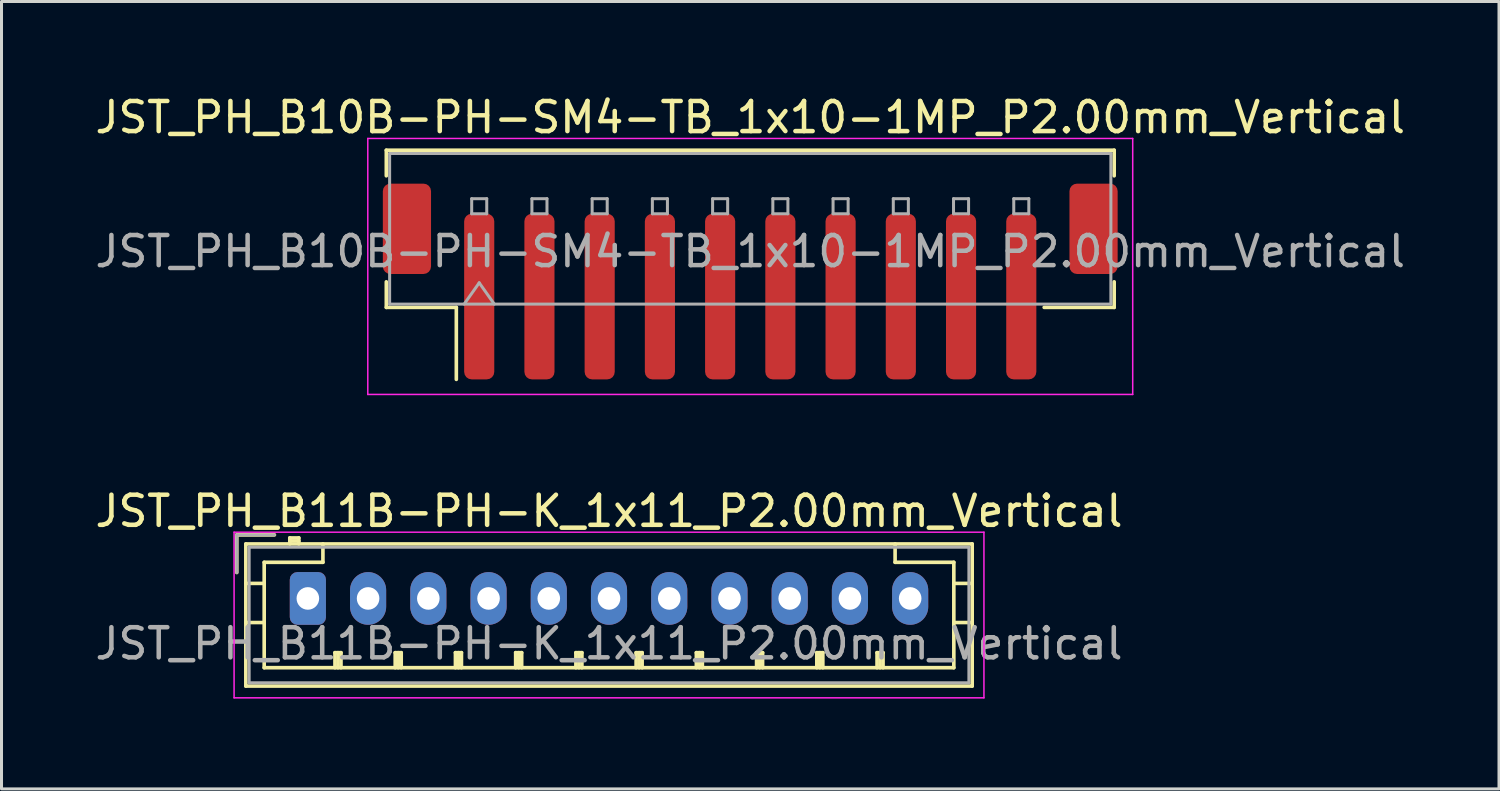
<source format=kicad_pcb>
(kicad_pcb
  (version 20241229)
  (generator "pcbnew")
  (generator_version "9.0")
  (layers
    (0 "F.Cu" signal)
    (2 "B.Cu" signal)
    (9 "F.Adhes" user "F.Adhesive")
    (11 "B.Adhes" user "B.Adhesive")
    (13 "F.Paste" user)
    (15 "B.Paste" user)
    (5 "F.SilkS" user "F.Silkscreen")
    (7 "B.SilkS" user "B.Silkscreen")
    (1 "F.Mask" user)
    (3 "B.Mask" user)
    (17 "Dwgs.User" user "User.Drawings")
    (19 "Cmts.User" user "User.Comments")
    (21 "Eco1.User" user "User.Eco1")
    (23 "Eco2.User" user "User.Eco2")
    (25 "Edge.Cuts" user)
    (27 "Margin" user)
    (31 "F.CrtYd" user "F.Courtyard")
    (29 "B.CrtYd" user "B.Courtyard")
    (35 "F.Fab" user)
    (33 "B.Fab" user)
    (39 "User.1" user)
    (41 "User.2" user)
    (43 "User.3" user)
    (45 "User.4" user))
  (footprint "JST_PH_B10B-PH-SM4-TB_1x10-1MP_P2.00mm_Vertical"
    (layer "F.Cu")
    (at 21.863 6.298)
    (property "Reference" "JST_PH_B10B-PH-SM4-TB_1x10-1MP_P2.00mm_Vertical" (at 0 -5.45 0) (layer "F.SilkS") (effects (font (size 1 1) (thickness 0.15))))
    (attr smd)
    (fp_line (start -12.085 -4.36) (end 12.085 -4.36) (stroke (width 0.12) (type solid)) (layer "F.SilkS"))
    (fp_line (start -12.085 -3.51) (end -12.085 -4.36) (stroke (width 0.12) (type solid)) (layer "F.SilkS"))
    (fp_line (start -12.085 0.01) (end -12.085 0.86) (stroke (width 0.12) (type solid)) (layer "F.SilkS"))
    (fp_line (start -12.085 0.86) (end -9.76 0.86) (stroke (width 0.12) (type solid)) (layer "F.SilkS"))
    (fp_line (start -9.76 0.86) (end -9.76 3.25) (stroke (width 0.12) (type solid)) (layer "F.SilkS"))
    (fp_line (start 12.085 -4.36) (end 12.085 -3.51) (stroke (width 0.12) (type solid)) (layer "F.SilkS"))
    (fp_line (start 12.085 0.01) (end 12.085 0.86) (stroke (width 0.12) (type solid)) (layer "F.SilkS"))
    (fp_line (start 12.085 0.86) (end 9.76 0.86) (stroke (width 0.12) (type solid)) (layer "F.SilkS"))
    (fp_line (start -12.7 -4.75) (end -12.7 3.75) (stroke (width 0.05) (type solid)) (layer "F.CrtYd"))
    (fp_line (start -12.7 3.75) (end 12.7 3.75) (stroke (width 0.05) (type solid)) (layer "F.CrtYd"))
    (fp_line (start 12.7 -4.75) (end -12.7 -4.75) (stroke (width 0.05) (type solid)) (layer "F.CrtYd"))
    (fp_line (start 12.7 3.75) (end 12.7 -4.75) (stroke (width 0.05) (type solid)) (layer "F.CrtYd"))
    (fp_line (start -11.975 -4.25) (end 11.975 -4.25) (stroke (width 0.1) (type solid)) (layer "F.Fab"))
    (fp_line (start -11.975 0.75) (end -11.975 -4.25) (stroke (width 0.1) (type solid)) (layer "F.Fab"))
    (fp_line (start -11.975 0.75) (end 11.975 0.75) (stroke (width 0.1) (type solid)) (layer "F.Fab"))
    (fp_line (start -9.5 0.75) (end -9 0.043) (stroke (width 0.1) (type solid)) (layer "F.Fab"))
    (fp_line (start -9.25 -2.75) (end -9.25 -2.25) (stroke (width 0.1) (type solid)) (layer "F.Fab"))
    (fp_line (start -9.25 -2.25) (end -8.75 -2.25) (stroke (width 0.1) (type solid)) (layer "F.Fab"))
    (fp_line (start -9 0.043) (end -8.5 0.75) (stroke (width 0.1) (type solid)) (layer "F.Fab"))
    (fp_line (start -8.75 -2.75) (end -9.25 -2.75) (stroke (width 0.1) (type solid)) (layer "F.Fab"))
    (fp_line (start -8.75 -2.25) (end -8.75 -2.75) (stroke (width 0.1) (type solid)) (layer "F.Fab"))
    (fp_line (start -7.25 -2.75) (end -7.25 -2.25) (stroke (width 0.1) (type solid)) (layer "F.Fab"))
    (fp_line (start -7.25 -2.25) (end -6.75 -2.25) (stroke (width 0.1) (type solid)) (layer "F.Fab"))
    (fp_line (start -6.75 -2.75) (end -7.25 -2.75) (stroke (width 0.1) (type solid)) (layer "F.Fab"))
    (fp_line (start -6.75 -2.25) (end -6.75 -2.75) (stroke (width 0.1) (type solid)) (layer "F.Fab"))
    (fp_line (start -5.25 -2.75) (end -5.25 -2.25) (stroke (width 0.1) (type solid)) (layer "F.Fab"))
    (fp_line (start -5.25 -2.25) (end -4.75 -2.25) (stroke (width 0.1) (type solid)) (layer "F.Fab"))
    (fp_line (start -4.75 -2.75) (end -5.25 -2.75) (stroke (width 0.1) (type solid)) (layer "F.Fab"))
    (fp_line (start -4.75 -2.25) (end -4.75 -2.75) (stroke (width 0.1) (type solid)) (layer "F.Fab"))
    (fp_line (start -3.25 -2.75) (end -3.25 -2.25) (stroke (width 0.1) (type solid)) (layer "F.Fab"))
    (fp_line (start -3.25 -2.25) (end -2.75 -2.25) (stroke (width 0.1) (type solid)) (layer "F.Fab"))
    (fp_line (start -2.75 -2.75) (end -3.25 -2.75) (stroke (width 0.1) (type solid)) (layer "F.Fab"))
    (fp_line (start -2.75 -2.25) (end -2.75 -2.75) (stroke (width 0.1) (type solid)) (layer "F.Fab"))
    (fp_line (start -1.25 -2.75) (end -1.25 -2.25) (stroke (width 0.1) (type solid)) (layer "F.Fab"))
    (fp_line (start -1.25 -2.25) (end -0.75 -2.25) (stroke (width 0.1) (type solid)) (layer "F.Fab"))
    (fp_line (start -0.75 -2.75) (end -1.25 -2.75) (stroke (width 0.1) (type solid)) (layer "F.Fab"))
    (fp_line (start -0.75 -2.25) (end -0.75 -2.75) (stroke (width 0.1) (type solid)) (layer "F.Fab"))
    (fp_line (start 0.75 -2.75) (end 0.75 -2.25) (stroke (width 0.1) (type solid)) (layer "F.Fab"))
    (fp_line (start 0.75 -2.25) (end 1.25 -2.25) (stroke (width 0.1) (type solid)) (layer "F.Fab"))
    (fp_line (start 1.25 -2.75) (end 0.75 -2.75) (stroke (width 0.1) (type solid)) (layer "F.Fab"))
    (fp_line (start 1.25 -2.25) (end 1.25 -2.75) (stroke (width 0.1) (type solid)) (layer "F.Fab"))
    (fp_line (start 2.75 -2.75) (end 2.75 -2.25) (stroke (width 0.1) (type solid)) (layer "F.Fab"))
    (fp_line (start 2.75 -2.25) (end 3.25 -2.25) (stroke (width 0.1) (type solid)) (layer "F.Fab"))
    (fp_line (start 3.25 -2.75) (end 2.75 -2.75) (stroke (width 0.1) (type solid)) (layer "F.Fab"))
    (fp_line (start 3.25 -2.25) (end 3.25 -2.75) (stroke (width 0.1) (type solid)) (layer "F.Fab"))
    (fp_line (start 4.75 -2.75) (end 4.75 -2.25) (stroke (width 0.1) (type solid)) (layer "F.Fab"))
    (fp_line (start 4.75 -2.25) (end 5.25 -2.25) (stroke (width 0.1) (type solid)) (layer "F.Fab"))
    (fp_line (start 5.25 -2.75) (end 4.75 -2.75) (stroke (width 0.1) (type solid)) (layer "F.Fab"))
    (fp_line (start 5.25 -2.25) (end 5.25 -2.75) (stroke (width 0.1) (type solid)) (layer "F.Fab"))
    (fp_line (start 6.75 -2.75) (end 6.75 -2.25) (stroke (width 0.1) (type solid)) (layer "F.Fab"))
    (fp_line (start 6.75 -2.25) (end 7.25 -2.25) (stroke (width 0.1) (type solid)) (layer "F.Fab"))
    (fp_line (start 7.25 -2.75) (end 6.75 -2.75) (stroke (width 0.1) (type solid)) (layer "F.Fab"))
    (fp_line (start 7.25 -2.25) (end 7.25 -2.75) (stroke (width 0.1) (type solid)) (layer "F.Fab"))
    (fp_line (start 8.75 -2.75) (end 8.75 -2.25) (stroke (width 0.1) (type solid)) (layer "F.Fab"))
    (fp_line (start 8.75 -2.25) (end 9.25 -2.25) (stroke (width 0.1) (type solid)) (layer "F.Fab"))
    (fp_line (start 9.25 -2.75) (end 8.75 -2.75) (stroke (width 0.1) (type solid)) (layer "F.Fab"))
    (fp_line (start 9.25 -2.25) (end 9.25 -2.75) (stroke (width 0.1) (type solid)) (layer "F.Fab"))
    (fp_line (start 11.975 0.75) (end 11.975 -4.25) (stroke (width 0.1) (type solid)) (layer "F.Fab"))
    (fp_text user "${REFERENCE}" (at 0 -1 0) (layer "F.Fab") (effects (font (size 1 1) (thickness 0.15))))
    (pad "1" smd roundrect (at -9 0.5) (size 1 5.5) (layers "F.Cu" "F.Mask" "F.Paste") (roundrect_rratio 0.25))
    (pad "2" smd roundrect (at -7 0.5) (size 1 5.5) (layers "F.Cu" "F.Mask" "F.Paste") (roundrect_rratio 0.25))
    (pad "3" smd roundrect (at -5 0.5) (size 1 5.5) (layers "F.Cu" "F.Mask" "F.Paste") (roundrect_rratio 0.25))
    (pad "4" smd roundrect (at -3 0.5) (size 1 5.5) (layers "F.Cu" "F.Mask" "F.Paste") (roundrect_rratio 0.25))
    (pad "5" smd roundrect (at -1 0.5) (size 1 5.5) (layers "F.Cu" "F.Mask" "F.Paste") (roundrect_rratio 0.25))
    (pad "6" smd roundrect (at 1 0.5) (size 1 5.5) (layers "F.Cu" "F.Mask" "F.Paste") (roundrect_rratio 0.25))
    (pad "7" smd roundrect (at 3 0.5) (size 1 5.5) (layers "F.Cu" "F.Mask" "F.Paste") (roundrect_rratio 0.25))
    (pad "8" smd roundrect (at 5 0.5) (size 1 5.5) (layers "F.Cu" "F.Mask" "F.Paste") (roundrect_rratio 0.25))
    (pad "9" smd roundrect (at 7 0.5) (size 1 5.5) (layers "F.Cu" "F.Mask" "F.Paste") (roundrect_rratio 0.25))
    (pad "10" smd roundrect (at 9 0.5) (size 1 5.5) (layers "F.Cu" "F.Mask" "F.Paste") (roundrect_rratio 0.25))
    (pad "MP" smd roundrect (at -11.4 -1.75) (size 1.6 3) (layers "F.Cu" "F.Mask" "F.Paste") (roundrect_rratio 0.156))
    (pad "MP" smd roundrect (at 11.4 -1.75) (size 1.6 3) (layers "F.Cu" "F.Mask" "F.Paste") (roundrect_rratio 0.156)))
  (footprint "JST_PH_B11B-PH-K_1x11_P2.00mm_Vertical"
    (layer "F.Cu")
    (at 7.173 16.822)
    (property "Reference" "JST_PH_B11B-PH-K_1x11_P2.00mm_Vertical" (at 10 -2.9 0) (layer "F.SilkS") (effects (font (size 1 1) (thickness 0.15))))
    (attr through_hole)
    (fp_line (start -2.36 -2.11) (end -2.36 -0.86) (stroke (width 0.12) (type solid)) (layer "F.SilkS"))
    (fp_line (start -2.06 -1.81) (end -2.06 2.91) (stroke (width 0.12) (type solid)) (layer "F.SilkS"))
    (fp_line (start -2.06 -0.5) (end -1.45 -0.5) (stroke (width 0.12) (type solid)) (layer "F.SilkS"))
    (fp_line (start -2.06 0.8) (end -1.45 0.8) (stroke (width 0.12) (type solid)) (layer "F.SilkS"))
    (fp_line (start -2.06 2.91) (end 22.06 2.91) (stroke (width 0.12) (type solid)) (layer "F.SilkS"))
    (fp_line (start -1.45 -1.2) (end -1.45 2.3) (stroke (width 0.12) (type solid)) (layer "F.SilkS"))
    (fp_line (start -1.45 2.3) (end 21.45 2.3) (stroke (width 0.12) (type solid)) (layer "F.SilkS"))
    (fp_line (start -1.11 -2.11) (end -2.36 -2.11) (stroke (width 0.12) (type solid)) (layer "F.SilkS"))
    (fp_line (start -0.6 -2.01) (end -0.6 -1.81) (stroke (width 0.12) (type solid)) (layer "F.SilkS"))
    (fp_line (start -0.3 -2.01) (end -0.6 -2.01) (stroke (width 0.12) (type solid)) (layer "F.SilkS"))
    (fp_line (start -0.3 -1.91) (end -0.6 -1.91) (stroke (width 0.12) (type solid)) (layer "F.SilkS"))
    (fp_line (start -0.3 -1.81) (end -0.3 -2.01) (stroke (width 0.12) (type solid)) (layer "F.SilkS"))
    (fp_line (start 0.5 -1.81) (end 0.5 -1.2) (stroke (width 0.12) (type solid)) (layer "F.SilkS"))
    (fp_line (start 0.5 -1.2) (end -1.45 -1.2) (stroke (width 0.12) (type solid)) (layer "F.SilkS"))
    (fp_line (start 0.9 1.8) (end 1.1 1.8) (stroke (width 0.12) (type solid)) (layer "F.SilkS"))
    (fp_line (start 0.9 2.3) (end 0.9 1.8) (stroke (width 0.12) (type solid)) (layer "F.SilkS"))
    (fp_line (start 1 2.3) (end 1 1.8) (stroke (width 0.12) (type solid)) (layer "F.SilkS"))
    (fp_line (start 1.1 1.8) (end 1.1 2.3) (stroke (width 0.12) (type solid)) (layer "F.SilkS"))
    (fp_line (start 2.9 1.8) (end 3.1 1.8) (stroke (width 0.12) (type solid)) (layer "F.SilkS"))
    (fp_line (start 2.9 2.3) (end 2.9 1.8) (stroke (width 0.12) (type solid)) (layer "F.SilkS"))
    (fp_line (start 3 2.3) (end 3 1.8) (stroke (width 0.12) (type solid)) (layer "F.SilkS"))
    (fp_line (start 3.1 1.8) (end 3.1 2.3) (stroke (width 0.12) (type solid)) (layer "F.SilkS"))
    (fp_line (start 4.9 1.8) (end 5.1 1.8) (stroke (width 0.12) (type solid)) (layer "F.SilkS"))
    (fp_line (start 4.9 2.3) (end 4.9 1.8) (stroke (width 0.12) (type solid)) (layer "F.SilkS"))
    (fp_line (start 5 2.3) (end 5 1.8) (stroke (width 0.12) (type solid)) (layer "F.SilkS"))
    (fp_line (start 5.1 1.8) (end 5.1 2.3) (stroke (width 0.12) (type solid)) (layer "F.SilkS"))
    (fp_line (start 6.9 1.8) (end 7.1 1.8) (stroke (width 0.12) (type solid)) (layer "F.SilkS"))
    (fp_line (start 6.9 2.3) (end 6.9 1.8) (stroke (width 0.12) (type solid)) (layer "F.SilkS"))
    (fp_line (start 7 2.3) (end 7 1.8) (stroke (width 0.12) (type solid)) (layer "F.SilkS"))
    (fp_line (start 7.1 1.8) (end 7.1 2.3) (stroke (width 0.12) (type solid)) (layer "F.SilkS"))
    (fp_line (start 8.9 1.8) (end 9.1 1.8) (stroke (width 0.12) (type solid)) (layer "F.SilkS"))
    (fp_line (start 8.9 2.3) (end 8.9 1.8) (stroke (width 0.12) (type solid)) (layer "F.SilkS"))
    (fp_line (start 9 2.3) (end 9 1.8) (stroke (width 0.12) (type solid)) (layer "F.SilkS"))
    (fp_line (start 9.1 1.8) (end 9.1 2.3) (stroke (width 0.12) (type solid)) (layer "F.SilkS"))
    (fp_line (start 10.9 1.8) (end 11.1 1.8) (stroke (width 0.12) (type solid)) (layer "F.SilkS"))
    (fp_line (start 10.9 2.3) (end 10.9 1.8) (stroke (width 0.12) (type solid)) (layer "F.SilkS"))
    (fp_line (start 11 2.3) (end 11 1.8) (stroke (width 0.12) (type solid)) (layer "F.SilkS"))
    (fp_line (start 11.1 1.8) (end 11.1 2.3) (stroke (width 0.12) (type solid)) (layer "F.SilkS"))
    (fp_line (start 12.9 1.8) (end 13.1 1.8) (stroke (width 0.12) (type solid)) (layer "F.SilkS"))
    (fp_line (start 12.9 2.3) (end 12.9 1.8) (stroke (width 0.12) (type solid)) (layer "F.SilkS"))
    (fp_line (start 13 2.3) (end 13 1.8) (stroke (width 0.12) (type solid)) (layer "F.SilkS"))
    (fp_line (start 13.1 1.8) (end 13.1 2.3) (stroke (width 0.12) (type solid)) (layer "F.SilkS"))
    (fp_line (start 14.9 1.8) (end 15.1 1.8) (stroke (width 0.12) (type solid)) (layer "F.SilkS"))
    (fp_line (start 14.9 2.3) (end 14.9 1.8) (stroke (width 0.12) (type solid)) (layer "F.SilkS"))
    (fp_line (start 15 2.3) (end 15 1.8) (stroke (width 0.12) (type solid)) (layer "F.SilkS"))
    (fp_line (start 15.1 1.8) (end 15.1 2.3) (stroke (width 0.12) (type solid)) (layer "F.SilkS"))
    (fp_line (start 16.9 1.8) (end 17.1 1.8) (stroke (width 0.12) (type solid)) (layer "F.SilkS"))
    (fp_line (start 16.9 2.3) (end 16.9 1.8) (stroke (width 0.12) (type solid)) (layer "F.SilkS"))
    (fp_line (start 17 2.3) (end 17 1.8) (stroke (width 0.12) (type solid)) (layer "F.SilkS"))
    (fp_line (start 17.1 1.8) (end 17.1 2.3) (stroke (width 0.12) (type solid)) (layer "F.SilkS"))
    (fp_line (start 18.9 1.8) (end 19.1 1.8) (stroke (width 0.12) (type solid)) (layer "F.SilkS"))
    (fp_line (start 18.9 2.3) (end 18.9 1.8) (stroke (width 0.12) (type solid)) (layer "F.SilkS"))
    (fp_line (start 19 2.3) (end 19 1.8) (stroke (width 0.12) (type solid)) (layer "F.SilkS"))
    (fp_line (start 19.1 1.8) (end 19.1 2.3) (stroke (width 0.12) (type solid)) (layer "F.SilkS"))
    (fp_line (start 19.5 -1.2) (end 19.5 -1.81) (stroke (width 0.12) (type solid)) (layer "F.SilkS"))
    (fp_line (start 21.45 -1.2) (end 19.5 -1.2) (stroke (width 0.12) (type solid)) (layer "F.SilkS"))
    (fp_line (start 21.45 2.3) (end 21.45 -1.2) (stroke (width 0.12) (type solid)) (layer "F.SilkS"))
    (fp_line (start 22.06 -1.81) (end -2.06 -1.81) (stroke (width 0.12) (type solid)) (layer "F.SilkS"))
    (fp_line (start 22.06 -0.5) (end 21.45 -0.5) (stroke (width 0.12) (type solid)) (layer "F.SilkS"))
    (fp_line (start 22.06 0.8) (end 21.45 0.8) (stroke (width 0.12) (type solid)) (layer "F.SilkS"))
    (fp_line (start 22.06 2.91) (end 22.06 -1.81) (stroke (width 0.12) (type solid)) (layer "F.SilkS"))
    (fp_line (start -2.45 -2.2) (end -2.45 3.3) (stroke (width 0.05) (type solid)) (layer "F.CrtYd"))
    (fp_line (start -2.45 3.3) (end 22.45 3.3) (stroke (width 0.05) (type solid)) (layer "F.CrtYd"))
    (fp_line (start 22.45 -2.2) (end -2.45 -2.2) (stroke (width 0.05) (type solid)) (layer "F.CrtYd"))
    (fp_line (start 22.45 3.3) (end 22.45 -2.2) (stroke (width 0.05) (type solid)) (layer "F.CrtYd"))
    (fp_line (start -2.36 -2.11) (end -2.36 -0.86) (stroke (width 0.1) (type solid)) (layer "F.Fab"))
    (fp_line (start -1.95 -1.7) (end -1.95 2.8) (stroke (width 0.1) (type solid)) (layer "F.Fab"))
    (fp_line (start -1.95 2.8) (end 21.95 2.8) (stroke (width 0.1) (type solid)) (layer "F.Fab"))
    (fp_line (start -1.11 -2.11) (end -2.36 -2.11) (stroke (width 0.1) (type solid)) (layer "F.Fab"))
    (fp_line (start 21.95 -1.7) (end -1.95 -1.7) (stroke (width 0.1) (type solid)) (layer "F.Fab"))
    (fp_line (start 21.95 2.8) (end 21.95 -1.7) (stroke (width 0.1) (type solid)) (layer "F.Fab"))
    (fp_text user "${REFERENCE}" (at 10 1.5 0) (layer "F.Fab") (effects (font (size 1 1) (thickness 0.15))))
    (pad "1" thru_hole roundrect (at 0 0) (size 1.2 1.75) (drill 0.75) (layers "*.Cu" "*.Mask") (roundrect_rratio 0.208))
    (pad "2" thru_hole oval (at 2 0) (size 1.2 1.75) (drill 0.75) (layers "*.Cu" "*.Mask"))
    (pad "3" thru_hole oval (at 4 0) (size 1.2 1.75) (drill 0.75) (layers "*.Cu" "*.Mask"))
    (pad "4" thru_hole oval (at 6 0) (size 1.2 1.75) (drill 0.75) (layers "*.Cu" "*.Mask"))
    (pad "5" thru_hole oval (at 8 0) (size 1.2 1.75) (drill 0.75) (layers "*.Cu" "*.Mask"))
    (pad "6" thru_hole oval (at 10 0) (size 1.2 1.75) (drill 0.75) (layers "*.Cu" "*.Mask"))
    (pad "7" thru_hole oval (at 12 0) (size 1.2 1.75) (drill 0.75) (layers "*.Cu" "*.Mask"))
    (pad "8" thru_hole oval (at 14 0) (size 1.2 1.75) (drill 0.75) (layers "*.Cu" "*.Mask"))
    (pad "9" thru_hole oval (at 16 0) (size 1.2 1.75) (drill 0.75) (layers "*.Cu" "*.Mask"))
    (pad "10" thru_hole oval (at 18 0) (size 1.2 1.75) (drill 0.75) (layers "*.Cu" "*.Mask"))
    (pad "11" thru_hole oval (at 20 0) (size 1.2 1.75) (drill 0.75) (layers "*.Cu" "*.Mask")))
  (gr_rect
    (start -3 -3)
    (end 46.726 23.146)
    (stroke (width 0.1) (type default))
    (fill no)
    (layer "Edge.Cuts")))
</source>
